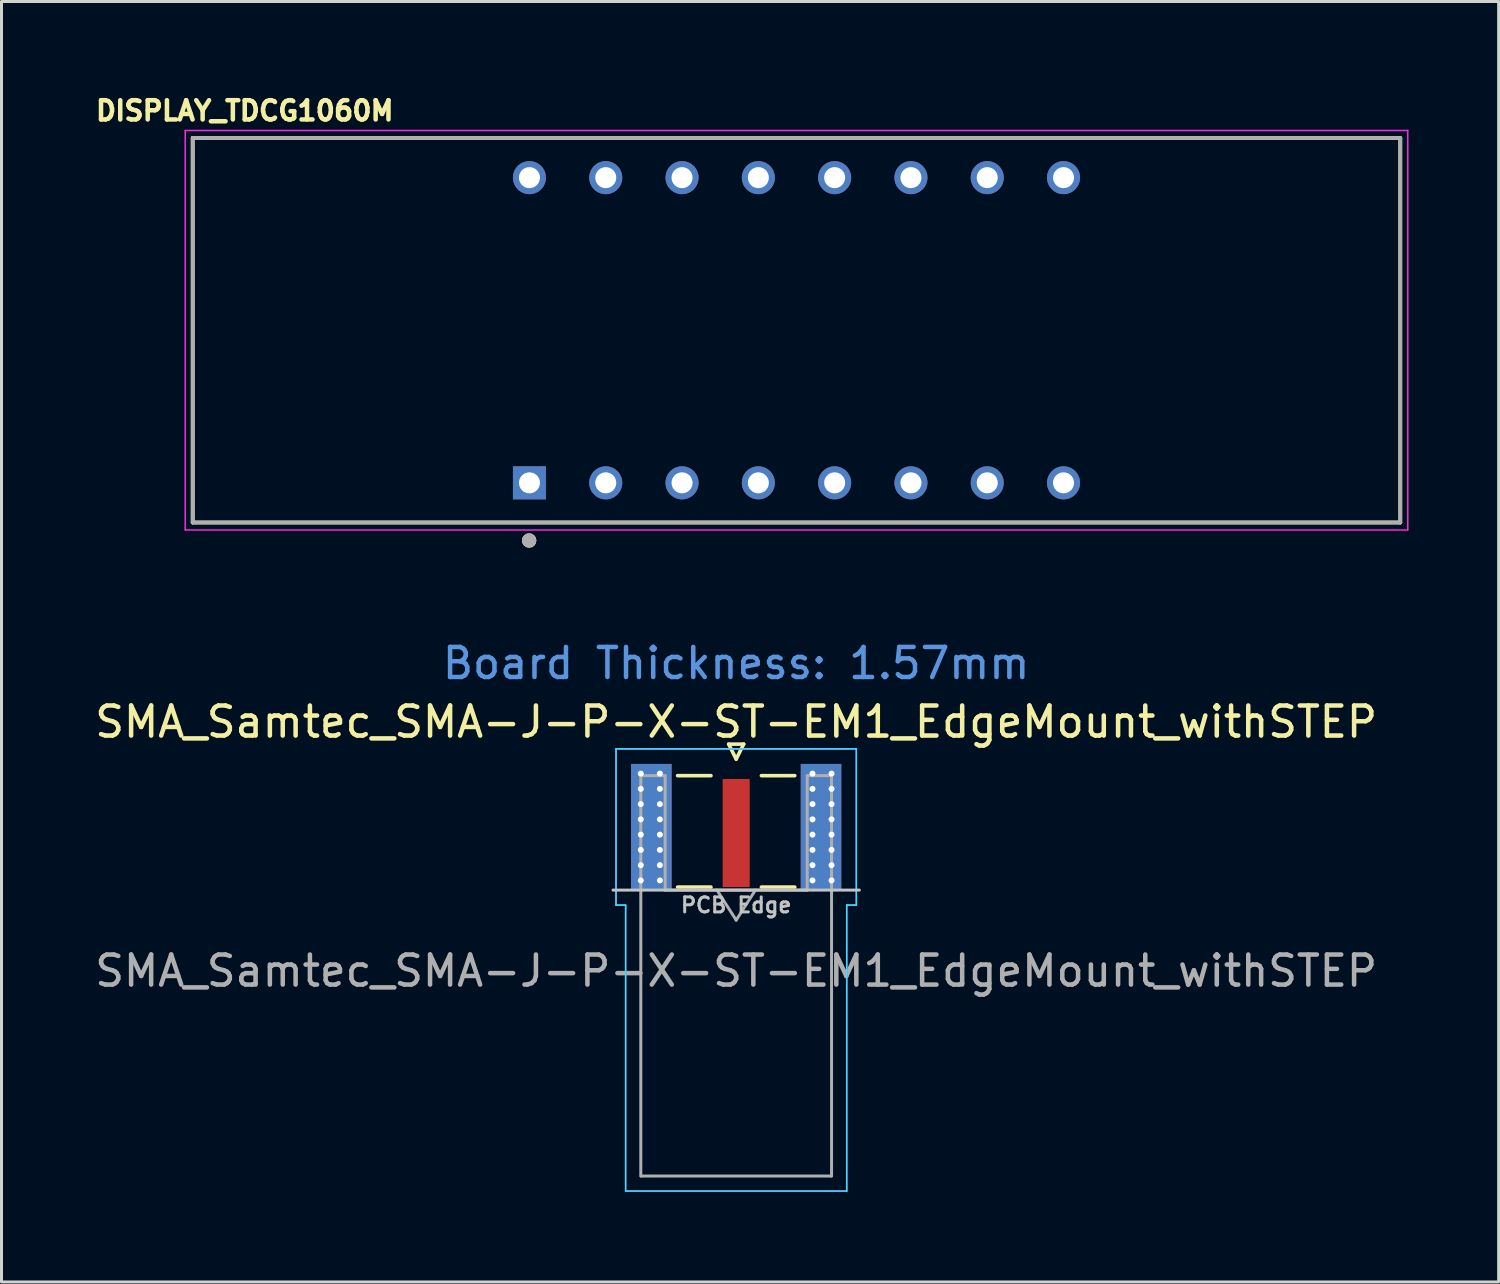
<source format=kicad_pcb>
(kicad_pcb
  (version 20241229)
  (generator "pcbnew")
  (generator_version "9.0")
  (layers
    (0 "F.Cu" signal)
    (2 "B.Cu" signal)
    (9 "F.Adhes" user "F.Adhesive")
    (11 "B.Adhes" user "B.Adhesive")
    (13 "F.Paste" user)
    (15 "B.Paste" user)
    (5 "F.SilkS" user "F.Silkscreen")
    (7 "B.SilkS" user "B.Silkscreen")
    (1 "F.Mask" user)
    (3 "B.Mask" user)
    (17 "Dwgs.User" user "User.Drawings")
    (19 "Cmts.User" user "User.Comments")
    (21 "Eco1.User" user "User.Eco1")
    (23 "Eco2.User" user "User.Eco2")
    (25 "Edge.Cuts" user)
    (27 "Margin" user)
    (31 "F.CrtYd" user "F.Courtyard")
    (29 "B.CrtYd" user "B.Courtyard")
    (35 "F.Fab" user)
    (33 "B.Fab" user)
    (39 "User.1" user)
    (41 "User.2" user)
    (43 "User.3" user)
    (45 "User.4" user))
  (footprint "SMA_Samtec_SMA-J-P-X-ST-EM1_EdgeMount_withSTEP"
    (layer "F.Cu")
    (at 21.458 24.482)
    (property "Reference" "SMA_Samtec_SMA-J-P-X-ST-EM1_EdgeMount_withSTEP" (at 0 -3.5 0) (layer "F.SilkS") (effects (font (size 1 1) (thickness 0.15))))
    (attr smd)
    (fp_line (start -1.95 -1.71) (end -0.84 -1.71) (stroke (width 0.12) (type solid)) (layer "F.SilkS"))
    (fp_line (start -1.95 2) (end -0.84 2) (stroke (width 0.12) (type solid)) (layer "F.SilkS"))
    (fp_line (start -0.25 -2.76) (end 0 -2.26) (stroke (width 0.12) (type solid)) (layer "F.SilkS"))
    (fp_line (start 0 -2.26) (end 0.25 -2.76) (stroke (width 0.12) (type solid)) (layer "F.SilkS"))
    (fp_line (start 0.25 -2.76) (end -0.25 -2.76) (stroke (width 0.12) (type solid)) (layer "F.SilkS"))
    (fp_line (start 0.84 -1.71) (end 1.95 -1.71) (stroke (width 0.12) (type solid)) (layer "F.SilkS"))
    (fp_line (start 0.84 2) (end 1.95 2) (stroke (width 0.12) (type solid)) (layer "F.SilkS"))
    (fp_line (start 4.1 2.1) (end -4.1 2.1) (stroke (width 0.1) (type solid)) (layer "Dwgs.User"))
    (fp_line (start -4 -2.6) (end 4 -2.6) (stroke (width 0.05) (type solid)) (layer "B.CrtYd"))
    (fp_line (start -4 2.6) (end -4 -2.6) (stroke (width 0.05) (type solid)) (layer "B.CrtYd"))
    (fp_line (start -3.68 2.6) (end -4 2.6) (stroke (width 0.05) (type solid)) (layer "B.CrtYd"))
    (fp_line (start -3.68 12.12) (end -3.68 2.6) (stroke (width 0.05) (type solid)) (layer "B.CrtYd"))
    (fp_line (start 3.68 2.6) (end 3.68 12.12) (stroke (width 0.05) (type solid)) (layer "B.CrtYd"))
    (fp_line (start 3.68 12.12) (end -3.68 12.12) (stroke (width 0.05) (type solid)) (layer "B.CrtYd"))
    (fp_line (start 4 2.6) (end 3.68 2.6) (stroke (width 0.05) (type solid)) (layer "B.CrtYd"))
    (fp_line (start 4 2.6) (end 4 -2.6) (stroke (width 0.05) (type solid)) (layer "B.CrtYd"))
    (fp_line (start -4 -2.6) (end 4 -2.6) (stroke (width 0.05) (type solid)) (layer "F.CrtYd"))
    (fp_line (start -4 2.6) (end -4 -2.6) (stroke (width 0.05) (type solid)) (layer "F.CrtYd"))
    (fp_line (start -3.68 2.6) (end -4 2.6) (stroke (width 0.05) (type solid)) (layer "F.CrtYd"))
    (fp_line (start -3.68 12.12) (end -3.68 2.6) (stroke (width 0.05) (type solid)) (layer "F.CrtYd"))
    (fp_line (start 3.68 2.6) (end 3.68 12.12) (stroke (width 0.05) (type solid)) (layer "F.CrtYd"))
    (fp_line (start 3.68 2.6) (end 4 2.6) (stroke (width 0.05) (type solid)) (layer "F.CrtYd"))
    (fp_line (start 3.68 12.12) (end -3.68 12.12) (stroke (width 0.05) (type solid)) (layer "F.CrtYd"))
    (fp_line (start 4 2.6) (end 4 -2.6) (stroke (width 0.05) (type solid)) (layer "F.CrtYd"))
    (fp_line (start -3.175 -1.71) (end -3.175 11.62) (stroke (width 0.1) (type solid)) (layer "F.Fab"))
    (fp_line (start -2.365 -1.71) (end -3.175 -1.71) (stroke (width 0.1) (type solid)) (layer "F.Fab"))
    (fp_line (start -2.365 2.1) (end -2.365 -1.71) (stroke (width 0.1) (type solid)) (layer "F.Fab"))
    (fp_line (start 0 3.1) (end -0.64 2.1) (stroke (width 0.1) (type solid)) (layer "F.Fab"))
    (fp_line (start 0.64 2.1) (end 0 3.1) (stroke (width 0.1) (type solid)) (layer "F.Fab"))
    (fp_line (start 2.365 -1.71) (end 2.365 2.1) (stroke (width 0.1) (type solid)) (layer "F.Fab"))
    (fp_line (start 2.365 2.1) (end -2.365 2.1) (stroke (width 0.1) (type solid)) (layer "F.Fab"))
    (fp_line (start 3.165 11.62) (end -3.165 11.62) (stroke (width 0.1) (type solid)) (layer "F.Fab"))
    (fp_line (start 3.175 -1.71) (end 2.365 -1.71) (stroke (width 0.1) (type solid)) (layer "F.Fab"))
    (fp_line (start 3.175 -1.71) (end 3.175 11.62) (stroke (width 0.1) (type solid)) (layer "F.Fab"))
    (fp_text user "PCB Edge" (at 0 2.6 0) (layer "Dwgs.User") (effects (font (size 0.5 0.5) (thickness 0.1))))
    (fp_text user "Board Thickness: 1.57mm" (at 0 -5.45 0) (layer "Cmts.User") (effects (font (size 1 1) (thickness 0.15))))
    (fp_text user "${REFERENCE}" (at 0 4.79 180) (layer "F.Fab") (effects (font (size 1 1) (thickness 0.15))))
    (pad "1" smd rect (at 0 0.2) (size 0.9 3.6) (layers "F.Cu" "F.Mask" "F.Paste"))
    (pad "2" thru_hole circle (at -3.175 -1.778) (size 0.4 0.4) (drill 0.2) (layers "*.Cu"))
    (pad "2" thru_hole circle (at -3.175 -1.27) (size 0.4 0.4) (drill 0.2) (layers "*.Cu"))
    (pad "2" thru_hole circle (at -3.175 -0.762) (size 0.4 0.4) (drill 0.2) (layers "*.Cu"))
    (pad "2" thru_hole circle (at -3.175 -0.254) (size 0.4 0.4) (drill 0.2) (layers "*.Cu"))
    (pad "2" thru_hole circle (at -3.175 0.254) (size 0.4 0.4) (drill 0.2) (layers "*.Cu"))
    (pad "2" thru_hole circle (at -3.175 0.762) (size 0.4 0.4) (drill 0.2) (layers "*.Cu"))
    (pad "2" thru_hole circle (at -3.175 1.27) (size 0.4 0.4) (drill 0.2) (layers "*.Cu"))
    (pad "2" thru_hole circle (at -3.175 1.778) (size 0.4 0.4) (drill 0.2) (layers "*.Cu"))
    (pad "2" smd rect (at -2.825 0) (size 1.35 4.2) (layers "F.Cu" "F.Mask" "F.Paste"))
    (pad "2" smd rect (at -2.825 0) (size 1.35 4.2) (layers "B.Cu" "B.Mask" "B.Paste"))
    (pad "2" thru_hole circle (at -2.54 -1.778) (size 0.4 0.4) (drill 0.2) (layers "*.Cu"))
    (pad "2" thru_hole circle (at -2.54 -1.27) (size 0.4 0.4) (drill 0.2) (layers "*.Cu"))
    (pad "2" thru_hole circle (at -2.54 -0.762) (size 0.4 0.4) (drill 0.2) (layers "*.Cu"))
    (pad "2" thru_hole circle (at -2.54 -0.254) (size 0.4 0.4) (drill 0.2) (layers "*.Cu"))
    (pad "2" thru_hole circle (at -2.54 0.254) (size 0.4 0.4) (drill 0.2) (layers "*.Cu"))
    (pad "2" thru_hole circle (at -2.54 0.762) (size 0.4 0.4) (drill 0.2) (layers "*.Cu"))
    (pad "2" thru_hole circle (at -2.54 1.27) (size 0.4 0.4) (drill 0.2) (layers "*.Cu"))
    (pad "2" thru_hole circle (at -2.54 1.778) (size 0.4 0.4) (drill 0.2) (layers "*.Cu"))
    (pad "2" thru_hole circle (at 2.54 -1.778) (size 0.4 0.4) (drill 0.2) (layers "*.Cu"))
    (pad "2" thru_hole circle (at 2.54 -1.27) (size 0.4 0.4) (drill 0.2) (layers "*.Cu"))
    (pad "2" thru_hole circle (at 2.54 -0.762) (size 0.4 0.4) (drill 0.2) (layers "*.Cu"))
    (pad "2" thru_hole circle (at 2.54 -0.254) (size 0.4 0.4) (drill 0.2) (layers "*.Cu"))
    (pad "2" thru_hole circle (at 2.54 0.254) (size 0.4 0.4) (drill 0.2) (layers "*.Cu"))
    (pad "2" thru_hole circle (at 2.54 0.762) (size 0.4 0.4) (drill 0.2) (layers "*.Cu"))
    (pad "2" thru_hole circle (at 2.54 1.27) (size 0.4 0.4) (drill 0.2) (layers "*.Cu"))
    (pad "2" thru_hole circle (at 2.54 1.778) (size 0.4 0.4) (drill 0.2) (layers "*.Cu"))
    (pad "2" smd rect (at 2.825 0) (size 1.35 4.2) (layers "F.Cu" "F.Mask" "F.Paste"))
    (pad "2" smd rect (at 2.825 0) (size 1.35 4.2) (layers "B.Cu" "B.Mask" "B.Paste"))
    (pad "2" thru_hole circle (at 3.175 -1.778) (size 0.4 0.4) (drill 0.2) (layers "*.Cu"))
    (pad "2" thru_hole circle (at 3.175 -1.27) (size 0.4 0.4) (drill 0.2) (layers "*.Cu"))
    (pad "2" thru_hole circle (at 3.175 -0.762) (size 0.4 0.4) (drill 0.2) (layers "*.Cu"))
    (pad "2" thru_hole circle (at 3.175 -0.254) (size 0.4 0.4) (drill 0.2) (layers "*.Cu"))
    (pad "2" thru_hole circle (at 3.175 0.254) (size 0.4 0.4) (drill 0.2) (layers "*.Cu"))
    (pad "2" thru_hole circle (at 3.175 0.762) (size 0.4 0.4) (drill 0.2) (layers "*.Cu"))
    (pad "2" thru_hole circle (at 3.175 1.27) (size 0.4 0.4) (drill 0.2) (layers "*.Cu"))
    (pad "2" thru_hole circle (at 3.175 1.778) (size 0.4 0.4) (drill 0.2) (layers "*.Cu")))
  (footprint "DISPLAY_TDCG1060M"
    (layer "F.Cu")
    (at 23.466 7.944)
    (property "Reference" "DISPLAY_TDCG1060M" (at -18.368 -7.306 0) (layer "F.SilkS") (effects (font (size 0.64 0.64) (thickness 0.15))))
    (attr through_hole)
    (fp_line (start -20.1 -6.4) (end 20.1 -6.4) (stroke (width 0.127) (type solid)) (layer "F.SilkS"))
    (fp_line (start -20.1 6.4) (end -20.1 -6.4) (stroke (width 0.127) (type solid)) (layer "F.SilkS"))
    (fp_line (start 20.1 -6.4) (end 20.1 6.4) (stroke (width 0.127) (type solid)) (layer "F.SilkS"))
    (fp_line (start 20.1 6.4) (end -20.1 6.4) (stroke (width 0.127) (type solid)) (layer "F.SilkS"))
    (fp_circle (center -8.9 7) (end -8.78 7) (stroke (width 0.24) (type solid)) (fill no) (layer "F.SilkS"))
    (fp_line (start -20.35 -6.65) (end 20.35 -6.65) (stroke (width 0.05) (type solid)) (layer "F.CrtYd"))
    (fp_line (start -20.35 6.65) (end -20.35 -6.65) (stroke (width 0.05) (type solid)) (layer "F.CrtYd"))
    (fp_line (start 20.35 -6.65) (end 20.35 6.65) (stroke (width 0.05) (type solid)) (layer "F.CrtYd"))
    (fp_line (start 20.35 6.65) (end -20.35 6.65) (stroke (width 0.05) (type solid)) (layer "F.CrtYd"))
    (fp_line (start -20.1 -6.4) (end 20.1 -6.4) (stroke (width 0.127) (type solid)) (layer "F.Fab"))
    (fp_line (start -20.1 6.4) (end -20.1 -6.4) (stroke (width 0.127) (type solid)) (layer "F.Fab"))
    (fp_line (start 20.1 -6.4) (end 20.1 6.4) (stroke (width 0.127) (type solid)) (layer "F.Fab"))
    (fp_line (start 20.1 6.4) (end -20.1 6.4) (stroke (width 0.127) (type solid)) (layer "F.Fab"))
    (fp_circle (center -8.9 7) (end -8.78 7) (stroke (width 0.24) (type solid)) (fill no) (layer "F.Fab"))
    (pad "1" thru_hole rect (at -8.89 5.08) (size 1.1 1.1) (drill 0.7) (layers "*.Cu" "*.Mask"))
    (pad "2" thru_hole circle (at -6.35 5.08) (size 1.1 1.1) (drill 0.7) (layers "*.Cu" "*.Mask"))
    (pad "3" thru_hole circle (at -3.81 5.08) (size 1.1 1.1) (drill 0.7) (layers "*.Cu" "*.Mask"))
    (pad "4" thru_hole circle (at -1.27 5.08) (size 1.1 1.1) (drill 0.7) (layers "*.Cu" "*.Mask"))
    (pad "5" thru_hole circle (at 1.27 5.08) (size 1.1 1.1) (drill 0.7) (layers "*.Cu" "*.Mask"))
    (pad "6" thru_hole circle (at 3.81 5.08) (size 1.1 1.1) (drill 0.7) (layers "*.Cu" "*.Mask"))
    (pad "7" thru_hole circle (at 6.35 5.08) (size 1.1 1.1) (drill 0.7) (layers "*.Cu" "*.Mask"))
    (pad "8" thru_hole circle (at 8.89 5.08) (size 1.1 1.1) (drill 0.7) (layers "*.Cu" "*.Mask"))
    (pad "9" thru_hole circle (at 8.89 -5.08) (size 1.1 1.1) (drill 0.7) (layers "*.Cu" "*.Mask"))
    (pad "10" thru_hole circle (at 6.35 -5.08) (size 1.1 1.1) (drill 0.7) (layers "*.Cu" "*.Mask"))
    (pad "11" thru_hole circle (at 3.81 -5.08) (size 1.1 1.1) (drill 0.7) (layers "*.Cu" "*.Mask"))
    (pad "12" thru_hole circle (at 1.27 -5.08) (size 1.1 1.1) (drill 0.7) (layers "*.Cu" "*.Mask"))
    (pad "13" thru_hole circle (at -1.27 -5.08) (size 1.1 1.1) (drill 0.7) (layers "*.Cu" "*.Mask"))
    (pad "14" thru_hole circle (at -3.81 -5.08) (size 1.1 1.1) (drill 0.7) (layers "*.Cu" "*.Mask"))
    (pad "15" thru_hole circle (at -6.35 -5.08) (size 1.1 1.1) (drill 0.7) (layers "*.Cu" "*.Mask"))
    (pad "16" thru_hole circle (at -8.89 -5.08) (size 1.1 1.1) (drill 0.7) (layers "*.Cu" "*.Mask")))
  (gr_rect
    (start -3 -3)
    (end 46.841 39.627)
    (stroke (width 0.1) (type default))
    (fill no)
    (layer "Edge.Cuts")))
</source>
